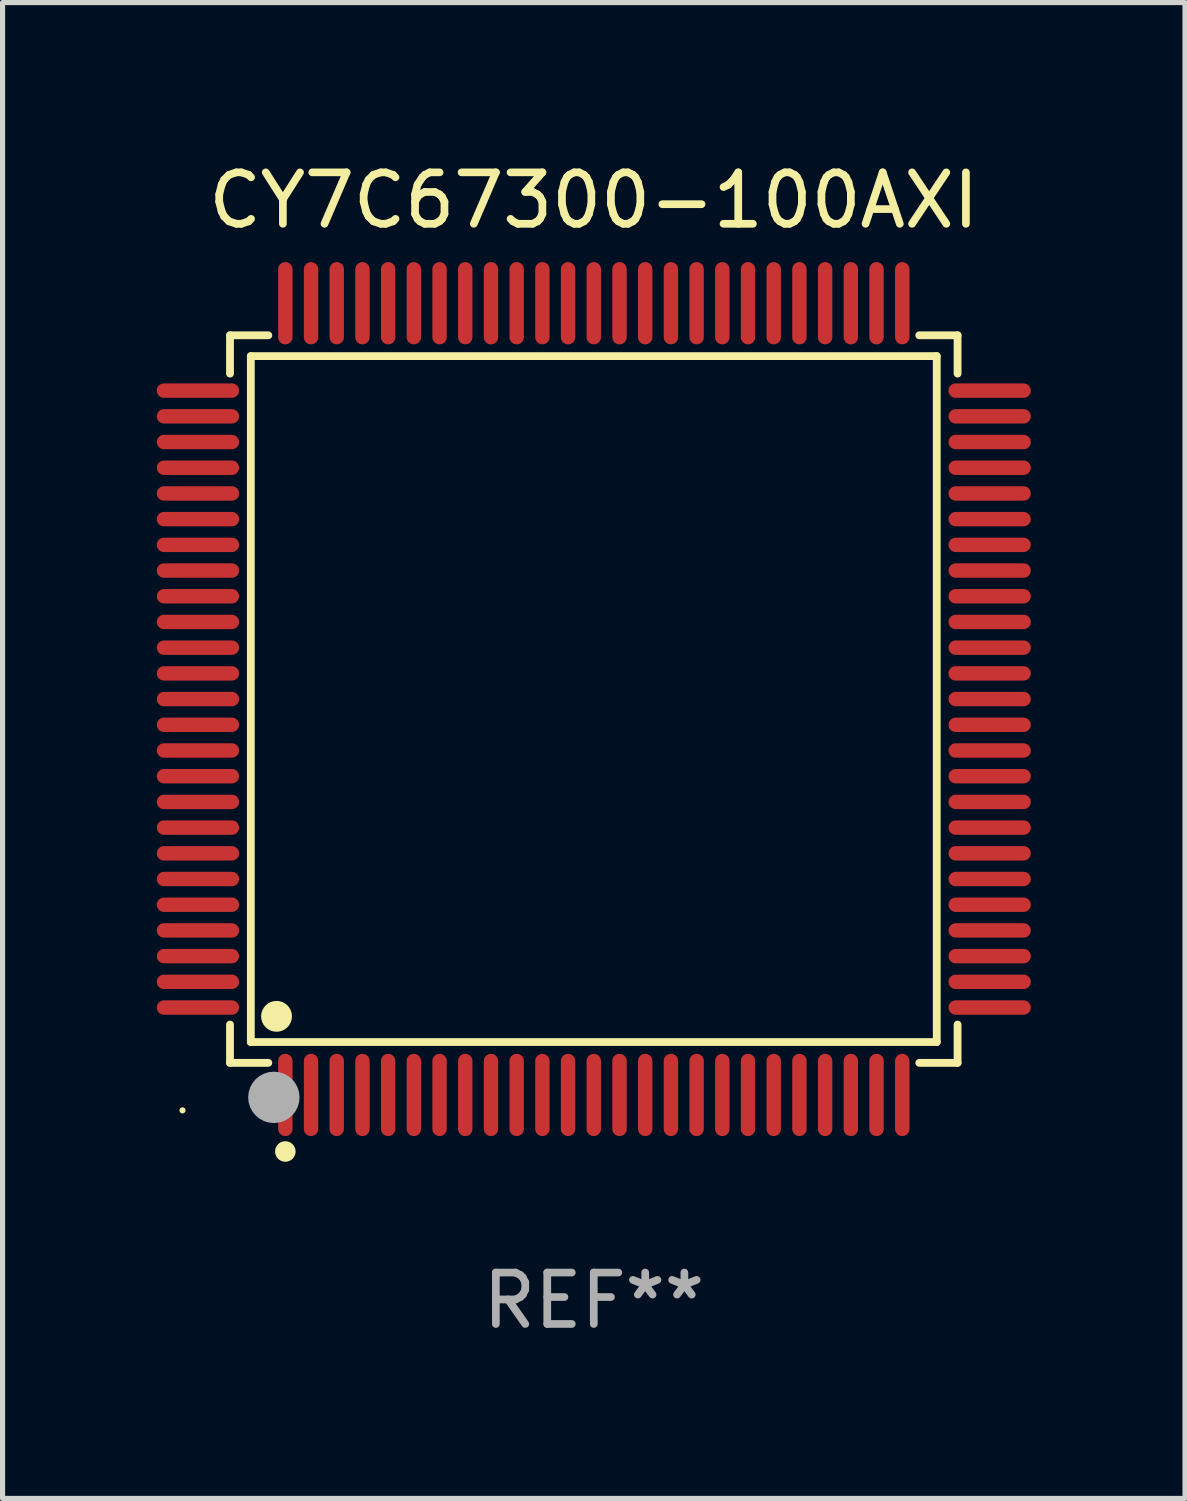
<source format=kicad_pcb>
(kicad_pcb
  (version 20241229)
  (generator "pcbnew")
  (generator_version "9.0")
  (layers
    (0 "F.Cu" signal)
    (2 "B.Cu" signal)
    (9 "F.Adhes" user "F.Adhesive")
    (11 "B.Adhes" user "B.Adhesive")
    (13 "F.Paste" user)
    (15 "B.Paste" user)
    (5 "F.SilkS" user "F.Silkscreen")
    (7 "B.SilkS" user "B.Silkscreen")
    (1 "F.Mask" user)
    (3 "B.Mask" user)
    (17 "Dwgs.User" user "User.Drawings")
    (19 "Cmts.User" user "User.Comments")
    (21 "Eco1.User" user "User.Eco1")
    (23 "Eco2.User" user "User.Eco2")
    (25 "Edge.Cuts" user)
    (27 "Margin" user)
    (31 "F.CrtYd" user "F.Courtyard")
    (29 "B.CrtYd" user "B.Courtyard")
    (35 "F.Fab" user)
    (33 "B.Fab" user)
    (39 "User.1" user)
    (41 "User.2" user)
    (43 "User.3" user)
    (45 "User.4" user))
  (footprint "CY7C67300-100AXI"
    (layer "F.Cu")
    (at 8.5 10.548)
    (property "Reference" "CY7C67300-100AXI" (at 0 -9.7 0) (layer "F.SilkS") (effects (font (size 1 1) (thickness 0.15))))
    (attr through_hole)
    (fp_line (start -7.076 -7.076) (end -6.331 -7.076) (stroke (width 0.152) (type solid)) (layer "F.SilkS"))
    (fp_line (start -7.076 -6.331) (end -7.076 -7.076) (stroke (width 0.152) (type solid)) (layer "F.SilkS"))
    (fp_line (start -7.076 6.331) (end -7.076 7.076) (stroke (width 0.152) (type solid)) (layer "F.SilkS"))
    (fp_line (start -7.076 7.076) (end -6.331 7.076) (stroke (width 0.152) (type solid)) (layer "F.SilkS"))
    (fp_line (start -6.671 -6.671) (end 6.671 -6.671) (stroke (width 0.152) (type solid)) (layer "F.SilkS"))
    (fp_line (start -6.671 6.671) (end -6.671 -6.671) (stroke (width 0.152) (type solid)) (layer "F.SilkS"))
    (fp_line (start 6.671 -6.671) (end 6.671 6.671) (stroke (width 0.152) (type solid)) (layer "F.SilkS"))
    (fp_line (start 6.671 6.671) (end -6.671 6.671) (stroke (width 0.152) (type solid)) (layer "F.SilkS"))
    (fp_line (start 7.076 -7.076) (end 6.331 -7.076) (stroke (width 0.152) (type solid)) (layer "F.SilkS"))
    (fp_line (start 7.076 -6.331) (end 7.076 -7.076) (stroke (width 0.152) (type solid)) (layer "F.SilkS"))
    (fp_line (start 7.076 6.331) (end 7.076 7.076) (stroke (width 0.152) (type solid)) (layer "F.SilkS"))
    (fp_line (start 7.076 7.076) (end 6.331 7.076) (stroke (width 0.152) (type solid)) (layer "F.SilkS"))
    (fp_circle (center -8 8) (end -7.97 8) (stroke (width 0.06) (type solid)) (fill no) (layer "F.SilkS"))
    (fp_circle (center -6.171 6.171) (end -6.021 6.171) (stroke (width 0.3) (type solid)) (fill no) (layer "F.SilkS"))
    (fp_circle (center -6 8.8) (end -5.9 8.8) (stroke (width 0.2) (type solid)) (fill no) (layer "F.SilkS"))
    (fp_circle (center -6.223 7.747) (end -5.973 7.747) (stroke (width 0.5) (type solid)) (fill no) (layer "F.Fab"))
    (fp_text user "REF**" (at 0 11.7 0) (layer "F.Fab") (effects (font (size 1 1) (thickness 0.15))))
    (pad "1" smd oval (at -6 7.7) (size 0.28 1.6) (layers "F.Cu" "F.Mask" "F.Paste"))
    (pad "2" smd oval (at -5.5 7.7) (size 0.28 1.6) (layers "F.Cu" "F.Mask" "F.Paste"))
    (pad "3" smd oval (at -5 7.7) (size 0.28 1.6) (layers "F.Cu" "F.Mask" "F.Paste"))
    (pad "4" smd oval (at -4.5 7.7) (size 0.28 1.6) (layers "F.Cu" "F.Mask" "F.Paste"))
    (pad "5" smd oval (at -4 7.7) (size 0.28 1.6) (layers "F.Cu" "F.Mask" "F.Paste"))
    (pad "6" smd oval (at -3.5 7.7) (size 0.28 1.6) (layers "F.Cu" "F.Mask" "F.Paste"))
    (pad "7" smd oval (at -3 7.7) (size 0.28 1.6) (layers "F.Cu" "F.Mask" "F.Paste"))
    (pad "8" smd oval (at -2.5 7.7) (size 0.28 1.6) (layers "F.Cu" "F.Mask" "F.Paste"))
    (pad "9" smd oval (at -2 7.7) (size 0.28 1.6) (layers "F.Cu" "F.Mask" "F.Paste"))
    (pad "10" smd oval (at -1.5 7.7) (size 0.28 1.6) (layers "F.Cu" "F.Mask" "F.Paste"))
    (pad "11" smd oval (at -1 7.7) (size 0.28 1.6) (layers "F.Cu" "F.Mask" "F.Paste"))
    (pad "12" smd oval (at -0.5 7.7) (size 0.28 1.6) (layers "F.Cu" "F.Mask" "F.Paste"))
    (pad "13" smd oval (at 0 7.7) (size 0.28 1.6) (layers "F.Cu" "F.Mask" "F.Paste"))
    (pad "14" smd oval (at 0.5 7.7) (size 0.28 1.6) (layers "F.Cu" "F.Mask" "F.Paste"))
    (pad "15" smd oval (at 1 7.7) (size 0.28 1.6) (layers "F.Cu" "F.Mask" "F.Paste"))
    (pad "16" smd oval (at 1.5 7.7) (size 0.28 1.6) (layers "F.Cu" "F.Mask" "F.Paste"))
    (pad "17" smd oval (at 2 7.7) (size 0.28 1.6) (layers "F.Cu" "F.Mask" "F.Paste"))
    (pad "18" smd oval (at 2.5 7.7) (size 0.28 1.6) (layers "F.Cu" "F.Mask" "F.Paste"))
    (pad "19" smd oval (at 3 7.7) (size 0.28 1.6) (layers "F.Cu" "F.Mask" "F.Paste"))
    (pad "20" smd oval (at 3.5 7.7) (size 0.28 1.6) (layers "F.Cu" "F.Mask" "F.Paste"))
    (pad "21" smd oval (at 4 7.7) (size 0.28 1.6) (layers "F.Cu" "F.Mask" "F.Paste"))
    (pad "22" smd oval (at 4.5 7.7) (size 0.28 1.6) (layers "F.Cu" "F.Mask" "F.Paste"))
    (pad "23" smd oval (at 5 7.7) (size 0.28 1.6) (layers "F.Cu" "F.Mask" "F.Paste"))
    (pad "24" smd oval (at 5.5 7.7) (size 0.28 1.6) (layers "F.Cu" "F.Mask" "F.Paste"))
    (pad "25" smd oval (at 6 7.7) (size 0.28 1.6) (layers "F.Cu" "F.Mask" "F.Paste"))
    (pad "26" smd oval (at 7.7 6) (size 1.6 0.28) (layers "F.Cu" "F.Mask" "F.Paste"))
    (pad "27" smd oval (at 7.7 5.5) (size 1.6 0.28) (layers "F.Cu" "F.Mask" "F.Paste"))
    (pad "28" smd oval (at 7.7 5) (size 1.6 0.28) (layers "F.Cu" "F.Mask" "F.Paste"))
    (pad "29" smd oval (at 7.7 4.5) (size 1.6 0.28) (layers "F.Cu" "F.Mask" "F.Paste"))
    (pad "30" smd oval (at 7.7 4) (size 1.6 0.28) (layers "F.Cu" "F.Mask" "F.Paste"))
    (pad "31" smd oval (at 7.7 3.5) (size 1.6 0.28) (layers "F.Cu" "F.Mask" "F.Paste"))
    (pad "32" smd oval (at 7.7 3) (size 1.6 0.28) (layers "F.Cu" "F.Mask" "F.Paste"))
    (pad "33" smd oval (at 7.7 2.5) (size 1.6 0.28) (layers "F.Cu" "F.Mask" "F.Paste"))
    (pad "34" smd oval (at 7.7 2) (size 1.6 0.28) (layers "F.Cu" "F.Mask" "F.Paste"))
    (pad "35" smd oval (at 7.7 1.5) (size 1.6 0.28) (layers "F.Cu" "F.Mask" "F.Paste"))
    (pad "36" smd oval (at 7.7 1) (size 1.6 0.28) (layers "F.Cu" "F.Mask" "F.Paste"))
    (pad "37" smd oval (at 7.7 0.5) (size 1.6 0.28) (layers "F.Cu" "F.Mask" "F.Paste"))
    (pad "38" smd oval (at 7.7 0) (size 1.6 0.28) (layers "F.Cu" "F.Mask" "F.Paste"))
    (pad "39" smd oval (at 7.7 -0.5) (size 1.6 0.28) (layers "F.Cu" "F.Mask" "F.Paste"))
    (pad "40" smd oval (at 7.7 -1) (size 1.6 0.28) (layers "F.Cu" "F.Mask" "F.Paste"))
    (pad "41" smd oval (at 7.7 -1.5) (size 1.6 0.28) (layers "F.Cu" "F.Mask" "F.Paste"))
    (pad "42" smd oval (at 7.7 -2) (size 1.6 0.28) (layers "F.Cu" "F.Mask" "F.Paste"))
    (pad "43" smd oval (at 7.7 -2.5) (size 1.6 0.28) (layers "F.Cu" "F.Mask" "F.Paste"))
    (pad "44" smd oval (at 7.7 -3) (size 1.6 0.28) (layers "F.Cu" "F.Mask" "F.Paste"))
    (pad "45" smd oval (at 7.7 -3.5) (size 1.6 0.28) (layers "F.Cu" "F.Mask" "F.Paste"))
    (pad "46" smd oval (at 7.7 -4) (size 1.6 0.28) (layers "F.Cu" "F.Mask" "F.Paste"))
    (pad "47" smd oval (at 7.7 -4.5) (size 1.6 0.28) (layers "F.Cu" "F.Mask" "F.Paste"))
    (pad "48" smd oval (at 7.7 -5) (size 1.6 0.28) (layers "F.Cu" "F.Mask" "F.Paste"))
    (pad "49" smd oval (at 7.7 -5.5) (size 1.6 0.28) (layers "F.Cu" "F.Mask" "F.Paste"))
    (pad "50" smd oval (at 7.7 -6) (size 1.6 0.28) (layers "F.Cu" "F.Mask" "F.Paste"))
    (pad "51" smd oval (at 6 -7.7) (size 0.28 1.6) (layers "F.Cu" "F.Mask" "F.Paste"))
    (pad "52" smd oval (at 5.5 -7.7) (size 0.28 1.6) (layers "F.Cu" "F.Mask" "F.Paste"))
    (pad "53" smd oval (at 5 -7.7) (size 0.28 1.6) (layers "F.Cu" "F.Mask" "F.Paste"))
    (pad "54" smd oval (at 4.5 -7.7) (size 0.28 1.6) (layers "F.Cu" "F.Mask" "F.Paste"))
    (pad "55" smd oval (at 4 -7.7) (size 0.28 1.6) (layers "F.Cu" "F.Mask" "F.Paste"))
    (pad "56" smd oval (at 3.5 -7.7) (size 0.28 1.6) (layers "F.Cu" "F.Mask" "F.Paste"))
    (pad "57" smd oval (at 3 -7.7) (size 0.28 1.6) (layers "F.Cu" "F.Mask" "F.Paste"))
    (pad "58" smd oval (at 2.5 -7.7) (size 0.28 1.6) (layers "F.Cu" "F.Mask" "F.Paste"))
    (pad "59" smd oval (at 2 -7.7) (size 0.28 1.6) (layers "F.Cu" "F.Mask" "F.Paste"))
    (pad "60" smd oval (at 1.5 -7.7) (size 0.28 1.6) (layers "F.Cu" "F.Mask" "F.Paste"))
    (pad "61" smd oval (at 1 -7.7) (size 0.28 1.6) (layers "F.Cu" "F.Mask" "F.Paste"))
    (pad "62" smd oval (at 0.5 -7.7) (size 0.28 1.6) (layers "F.Cu" "F.Mask" "F.Paste"))
    (pad "63" smd oval (at 0 -7.7) (size 0.28 1.6) (layers "F.Cu" "F.Mask" "F.Paste"))
    (pad "64" smd oval (at -0.5 -7.7) (size 0.28 1.6) (layers "F.Cu" "F.Mask" "F.Paste"))
    (pad "65" smd oval (at -1 -7.7) (size 0.28 1.6) (layers "F.Cu" "F.Mask" "F.Paste"))
    (pad "66" smd oval (at -1.5 -7.7) (size 0.28 1.6) (layers "F.Cu" "F.Mask" "F.Paste"))
    (pad "67" smd oval (at -2 -7.7) (size 0.28 1.6) (layers "F.Cu" "F.Mask" "F.Paste"))
    (pad "68" smd oval (at -2.5 -7.7) (size 0.28 1.6) (layers "F.Cu" "F.Mask" "F.Paste"))
    (pad "69" smd oval (at -3 -7.7) (size 0.28 1.6) (layers "F.Cu" "F.Mask" "F.Paste"))
    (pad "70" smd oval (at -3.5 -7.7) (size 0.28 1.6) (layers "F.Cu" "F.Mask" "F.Paste"))
    (pad "71" smd oval (at -4 -7.7) (size 0.28 1.6) (layers "F.Cu" "F.Mask" "F.Paste"))
    (pad "72" smd oval (at -4.5 -7.7) (size 0.28 1.6) (layers "F.Cu" "F.Mask" "F.Paste"))
    (pad "73" smd oval (at -5 -7.7) (size 0.28 1.6) (layers "F.Cu" "F.Mask" "F.Paste"))
    (pad "74" smd oval (at -5.5 -7.7) (size 0.28 1.6) (layers "F.Cu" "F.Mask" "F.Paste"))
    (pad "75" smd oval (at -6 -7.7) (size 0.28 1.6) (layers "F.Cu" "F.Mask" "F.Paste"))
    (pad "76" smd oval (at -7.7 -6) (size 1.6 0.28) (layers "F.Cu" "F.Mask" "F.Paste"))
    (pad "77" smd oval (at -7.7 -5.5) (size 1.6 0.28) (layers "F.Cu" "F.Mask" "F.Paste"))
    (pad "78" smd oval (at -7.7 -5) (size 1.6 0.28) (layers "F.Cu" "F.Mask" "F.Paste"))
    (pad "79" smd oval (at -7.7 -4.5) (size 1.6 0.28) (layers "F.Cu" "F.Mask" "F.Paste"))
    (pad "80" smd oval (at -7.7 -4) (size 1.6 0.28) (layers "F.Cu" "F.Mask" "F.Paste"))
    (pad "81" smd oval (at -7.7 -3.5) (size 1.6 0.28) (layers "F.Cu" "F.Mask" "F.Paste"))
    (pad "82" smd oval (at -7.7 -3) (size 1.6 0.28) (layers "F.Cu" "F.Mask" "F.Paste"))
    (pad "83" smd oval (at -7.7 -2.5) (size 1.6 0.28) (layers "F.Cu" "F.Mask" "F.Paste"))
    (pad "84" smd oval (at -7.7 -2) (size 1.6 0.28) (layers "F.Cu" "F.Mask" "F.Paste"))
    (pad "85" smd oval (at -7.7 -1.5) (size 1.6 0.28) (layers "F.Cu" "F.Mask" "F.Paste"))
    (pad "86" smd oval (at -7.7 -1) (size 1.6 0.28) (layers "F.Cu" "F.Mask" "F.Paste"))
    (pad "87" smd oval (at -7.7 -0.5) (size 1.6 0.28) (layers "F.Cu" "F.Mask" "F.Paste"))
    (pad "88" smd oval (at -7.7 0) (size 1.6 0.28) (layers "F.Cu" "F.Mask" "F.Paste"))
    (pad "89" smd oval (at -7.7 0.5) (size 1.6 0.28) (layers "F.Cu" "F.Mask" "F.Paste"))
    (pad "90" smd oval (at -7.7 1) (size 1.6 0.28) (layers "F.Cu" "F.Mask" "F.Paste"))
    (pad "91" smd oval (at -7.7 1.5) (size 1.6 0.28) (layers "F.Cu" "F.Mask" "F.Paste"))
    (pad "92" smd oval (at -7.7 2) (size 1.6 0.28) (layers "F.Cu" "F.Mask" "F.Paste"))
    (pad "93" smd oval (at -7.7 2.5) (size 1.6 0.28) (layers "F.Cu" "F.Mask" "F.Paste"))
    (pad "94" smd oval (at -7.7 3) (size 1.6 0.28) (layers "F.Cu" "F.Mask" "F.Paste"))
    (pad "95" smd oval (at -7.7 3.5) (size 1.6 0.28) (layers "F.Cu" "F.Mask" "F.Paste"))
    (pad "96" smd oval (at -7.7 4) (size 1.6 0.28) (layers "F.Cu" "F.Mask" "F.Paste"))
    (pad "97" smd oval (at -7.7 4.5) (size 1.6 0.28) (layers "F.Cu" "F.Mask" "F.Paste"))
    (pad "98" smd oval (at -7.7 5) (size 1.6 0.28) (layers "F.Cu" "F.Mask" "F.Paste"))
    (pad "99" smd oval (at -7.7 5.5) (size 1.6 0.28) (layers "F.Cu" "F.Mask" "F.Paste"))
    (pad "100" smd oval (at -7.7 6) (size 1.6 0.28) (layers "F.Cu" "F.Mask" "F.Paste")))
  (gr_rect
    (start -3 -3)
    (end 20 26.097)
    (stroke (width 0.1) (type default))
    (fill no)
    (layer "Edge.Cuts")))
</source>
